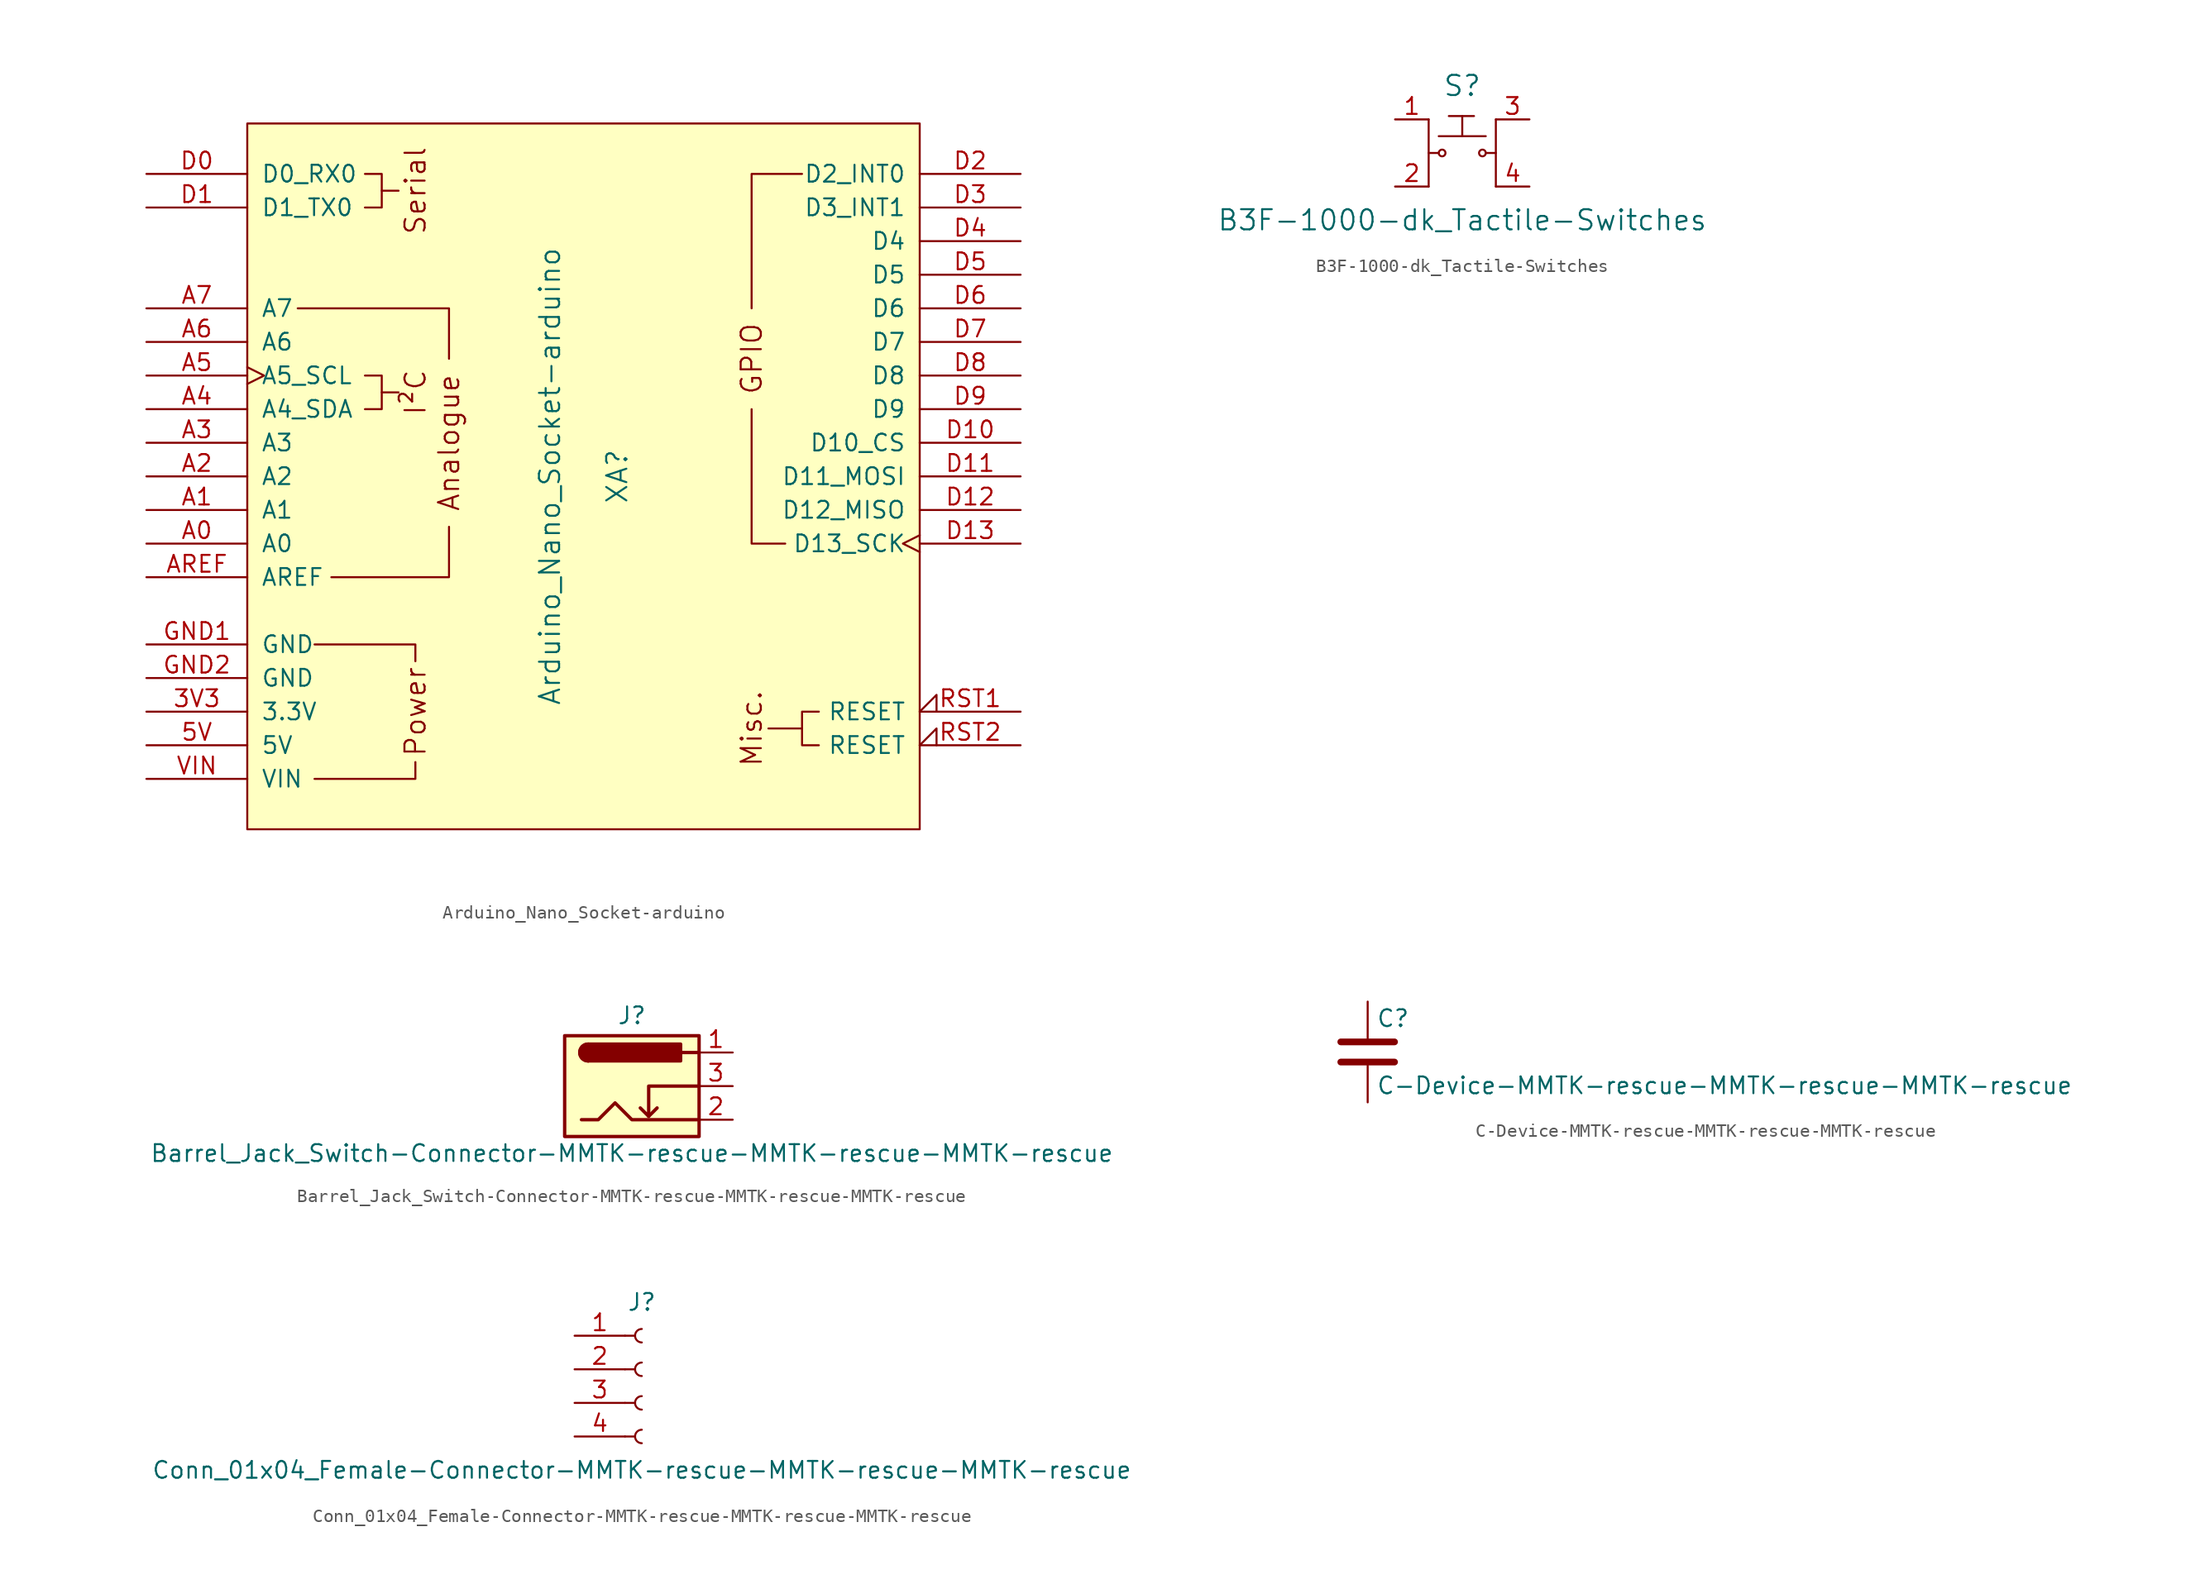
<source format=kicad_sym>
(kicad_symbol_lib
  (version 20211014)
  (generator kicad_symbol_editor)
  (symbol "Arduino_Nano_Socket-arduino"
    (pin_names
      (offset 1.016))
    (property "Reference" "XA"
      (at 2.54 0 90)
      (effects (font (size 1.524 1.524))))
    (property "Value" "Arduino_Nano_Socket-arduino"
      (at -2.54 0 90)
      (effects (font (size 1.524 1.524))))
    (symbol "Arduino_Nano_Socket-arduino_0_0"
      (rectangle (start -25.4 26.67) (end 25.4 -26.67) (stroke (width 0) (type default) (color 0 0 0 0)) (fill (type background)))
      (polyline (pts (xy -15.24 6.35) (xy -13.97 6.35)) (stroke (width 0) (type default) (color 0 0 0 0)) (fill (type none)))
      (polyline (pts (xy -15.24 21.59) (xy -13.97 21.59)) (stroke (width 0) (type default) (color 0 0 0 0)) (fill (type none)))
      (polyline (pts (xy 16.51 -19.05) (xy 13.97 -19.05)) (stroke (width 0) (type default) (color 0 0 0 0)) (fill (type none)))
      (polyline (pts (xy -20.32 -22.86) (xy -12.7 -22.86) (xy -12.7 -21.59)) (stroke (width 0) (type default) (color 0 0 0 0)) (fill (type none)))
      (polyline (pts (xy -12.7 -13.97) (xy -12.7 -12.7) (xy -20.32 -12.7)) (stroke (width 0) (type default) (color 0 0 0 0)) (fill (type none)))
      (polyline (pts (xy -16.51 7.62) (xy -15.24 7.62) (xy -15.24 5.08) (xy -16.51 5.08)) (stroke (width 0) (type default) (color 0 0 0 0)) (fill (type none)))
      (polyline (pts (xy -16.51 22.86) (xy -15.24 22.86) (xy -15.24 20.32) (xy -16.51 20.32)) (stroke (width 0) (type default) (color 0 0 0 0)) (fill (type none)))
      (text "Analogue" (at -10.16 2.54 900) (effects (font (size 1.524 1.524))))
      (text "I²C" (at -12.7 6.35 900) (effects (font (size 1.524 1.524))))
      (text "Misc." (at 12.7 -19.05 900) (effects (font (size 1.524 1.524))))
      (text "Power" (at -12.7 -17.78 900) (effects (font (size 1.524 1.524))))
      (text "Serial" (at -12.7 21.59 900) (effects (font (size 1.524 1.524)))))
    (symbol "Arduino_Nano_Socket-arduino_0_1"
      (polyline (pts (xy -21.59 12.7) (xy -10.16 12.7) (xy -10.16 8.89)) (stroke (width 0) (type default) (color 0 0 0 0)) (fill (type none)))
      (polyline (pts (xy -19.05 -7.62) (xy -10.16 -7.62) (xy -10.16 -3.81)) (stroke (width 0) (type default) (color 0 0 0 0)) (fill (type none)))
      (polyline (pts (xy 15.24 -5.08) (xy 12.7 -5.08) (xy 12.7 5.08)) (stroke (width 0) (type default) (color 0 0 0 0)) (fill (type none)))
      (polyline (pts (xy 16.51 22.86) (xy 12.7 22.86) (xy 12.7 12.7)) (stroke (width 0) (type default) (color 0 0 0 0)) (fill (type none)))
      (polyline (pts (xy 17.78 -17.78) (xy 16.51 -17.78) (xy 16.51 -20.32) (xy 17.78 -20.32)) (stroke (width 0) (type default) (color 0 0 0 0)) (fill (type none))))
    (symbol "Arduino_Nano_Socket-arduino_1_0"
      (text "GPIO" (at 12.7 8.89 900) (effects (font (size 1.524 1.524)))))
    (symbol "Arduino_Nano_Socket-arduino_1_1"
      (pin power_in line (at -33.02 -17.78 0) (length 7.62) (name "3.3V" (effects (font (size 1.27 1.27)))) (number "3V3" (effects (font (size 1.27 1.27)))))
      (pin power_in line (at -33.02 -20.32 0) (length 7.62) (name "5V" (effects (font (size 1.27 1.27)))) (number "5V" (effects (font (size 1.27 1.27)))))
      (pin bidirectional line (at -33.02 -5.08 0) (length 7.62) (name "A0" (effects (font (size 1.27 1.27)))) (number "A0" (effects (font (size 1.27 1.27)))))
      (pin bidirectional line (at -33.02 -2.54 0) (length 7.62) (name "A1" (effects (font (size 1.27 1.27)))) (number "A1" (effects (font (size 1.27 1.27)))))
      (pin bidirectional line (at -33.02 0 0) (length 7.62) (name "A2" (effects (font (size 1.27 1.27)))) (number "A2" (effects (font (size 1.27 1.27)))))
      (pin bidirectional line (at -33.02 2.54 0) (length 7.62) (name "A3" (effects (font (size 1.27 1.27)))) (number "A3" (effects (font (size 1.27 1.27)))))
      (pin bidirectional line (at -33.02 5.08 0) (length 7.62) (name "A4_SDA" (effects (font (size 1.27 1.27)))) (number "A4" (effects (font (size 1.27 1.27)))))
      (pin bidirectional clock (at -33.02 7.62 0) (length 7.62) (name "A5_SCL" (effects (font (size 1.27 1.27)))) (number "A5" (effects (font (size 1.27 1.27)))))
      (pin input line (at -33.02 10.16 0) (length 7.62) (name "A6" (effects (font (size 1.27 1.27)))) (number "A6" (effects (font (size 1.27 1.27)))))
      (pin input line (at -33.02 12.7 0) (length 7.62) (name "A7" (effects (font (size 1.27 1.27)))) (number "A7" (effects (font (size 1.27 1.27)))))
      (pin input line (at -33.02 -7.62 0) (length 7.62) (name "AREF" (effects (font (size 1.27 1.27)))) (number "AREF" (effects (font (size 1.27 1.27)))))
      (pin bidirectional line (at -33.02 22.86 0) (length 7.62) (name "D0_RX0" (effects (font (size 1.27 1.27)))) (number "D0" (effects (font (size 1.27 1.27)))))
      (pin bidirectional line (at -33.02 20.32 0) (length 7.62) (name "D1_TX0" (effects (font (size 1.27 1.27)))) (number "D1" (effects (font (size 1.27 1.27)))))
      (pin bidirectional line (at 33.02 2.54 180) (length 7.62) (name "D10_CS" (effects (font (size 1.27 1.27)))) (number "D10" (effects (font (size 1.27 1.27)))))
      (pin bidirectional line (at 33.02 0 180) (length 7.62) (name "D11_MOSI" (effects (font (size 1.27 1.27)))) (number "D11" (effects (font (size 1.27 1.27)))))
      (pin bidirectional line (at 33.02 -2.54 180) (length 7.62) (name "D12_MISO" (effects (font (size 1.27 1.27)))) (number "D12" (effects (font (size 1.27 1.27)))))
      (pin bidirectional clock (at 33.02 -5.08 180) (length 7.62) (name "D13_SCK" (effects (font (size 1.27 1.27)))) (number "D13" (effects (font (size 1.27 1.27)))))
      (pin bidirectional line (at 33.02 22.86 180) (length 7.62) (name "D2_INT0" (effects (font (size 1.27 1.27)))) (number "D2" (effects (font (size 1.27 1.27)))))
      (pin bidirectional line (at 33.02 20.32 180) (length 7.62) (name "D3_INT1" (effects (font (size 1.27 1.27)))) (number "D3" (effects (font (size 1.27 1.27)))))
      (pin bidirectional line (at 33.02 17.78 180) (length 7.62) (name "D4" (effects (font (size 1.27 1.27)))) (number "D4" (effects (font (size 1.27 1.27)))))
      (pin bidirectional line (at 33.02 15.24 180) (length 7.62) (name "D5" (effects (font (size 1.27 1.27)))) (number "D5" (effects (font (size 1.27 1.27)))))
      (pin bidirectional line (at 33.02 12.7 180) (length 7.62) (name "D6" (effects (font (size 1.27 1.27)))) (number "D6" (effects (font (size 1.27 1.27)))))
      (pin bidirectional line (at 33.02 10.16 180) (length 7.62) (name "D7" (effects (font (size 1.27 1.27)))) (number "D7" (effects (font (size 1.27 1.27)))))
      (pin bidirectional line (at 33.02 7.62 180) (length 7.62) (name "D8" (effects (font (size 1.27 1.27)))) (number "D8" (effects (font (size 1.27 1.27)))))
      (pin bidirectional line (at 33.02 5.08 180) (length 7.62) (name "D9" (effects (font (size 1.27 1.27)))) (number "D9" (effects (font (size 1.27 1.27)))))
      (pin power_in line (at -33.02 -12.7 0) (length 7.62) (name "GND" (effects (font (size 1.27 1.27)))) (number "GND1" (effects (font (size 1.27 1.27)))))
      (pin power_in line (at -33.02 -15.24 0) (length 7.62) (name "GND" (effects (font (size 1.27 1.27)))) (number "GND2" (effects (font (size 1.27 1.27)))))
      (pin open_collector input_low (at 33.02 -17.78 180) (length 7.62) (name "RESET" (effects (font (size 1.27 1.27)))) (number "RST1" (effects (font (size 1.27 1.27)))))
      (pin open_collector input_low (at 33.02 -20.32 180) (length 7.62) (name "RESET" (effects (font (size 1.27 1.27)))) (number "RST2" (effects (font (size 1.27 1.27)))))
      (pin power_in line (at -33.02 -22.86 0) (length 7.62) (name "VIN" (effects (font (size 1.27 1.27)))) (number "VIN" (effects (font (size 1.27 1.27)))))))
  (symbol "B3F-1000-dk_Tactile-Switches"
    (pin_names
      (offset 1.016))
    (property "Reference" "S"
      (at 0 5.08 0)
      (effects (font (size 1.524 1.524))))
    (property "Value" "B3F-1000-dk_Tactile-Switches"
      (at 0 -5.08 0)
      (effects (font (size 1.524 1.524))))
    (symbol "B3F-1000-dk_Tactile-Switches_0_1"
      (circle (center -1.524 0) (radius 0.254) (stroke (width 0) (type default) (color 0 0 0 0)) (fill (type none)))
      (polyline (pts (xy -2.54 2.54) (xy -2.54 -2.54)) (stroke (width 0) (type default) (color 0 0 0 0)) (fill (type none)))
      (polyline (pts (xy -1.778 0) (xy -2.54 0)) (stroke (width 0) (type default) (color 0 0 0 0)) (fill (type none)))
      (polyline (pts (xy -1.778 1.27) (xy 1.778 1.27)) (stroke (width 0) (type default) (color 0 0 0 0)) (fill (type none)))
      (polyline (pts (xy 2.54 -2.54) (xy 2.54 2.54)) (stroke (width 0) (type default) (color 0 0 0 0)) (fill (type none)))
      (polyline (pts (xy 2.54 0) (xy 1.778 0)) (stroke (width 0) (type default) (color 0 0 0 0)) (fill (type none)))
      (circle (center 1.524 0) (radius 0.254) (stroke (width 0) (type default) (color 0 0 0 0)) (fill (type none))))
    (symbol "B3F-1000-dk_Tactile-Switches_1_1"
      (polyline (pts (xy -1.016 2.794) (xy 0.889 2.794)) (stroke (width 0) (type default) (color 0 0 0 0)) (fill (type none)))
      (polyline (pts (xy 0 2.794) (xy 0 1.27)) (stroke (width 0) (type default) (color 0 0 0 0)) (fill (type none)))
      (pin passive line (at -5.08 2.54 0) (length 2.54) (name "~" (effects (font (size 1.27 1.27)))) (number "1" (effects (font (size 1.27 1.27)))))
      (pin passive line (at -5.08 -2.54 0) (length 2.54) (name "~" (effects (font (size 1.27 1.27)))) (number "2" (effects (font (size 1.27 1.27)))))
      (pin passive line (at 5.08 2.54 180) (length 2.54) (name "~" (effects (font (size 1.27 1.27)))) (number "3" (effects (font (size 1.27 1.27)))))
      (pin passive line (at 5.08 -2.54 180) (length 2.54) (name "~" (effects (font (size 1.27 1.27)))) (number "4" (effects (font (size 1.27 1.27)))))))
  (symbol "Barrel_Jack_Switch-Connector-MMTK-rescue-MMTK-rescue-MMTK-rescue"
    (pin_names hide)
    (property "Reference" "J"
      (at 0 5.334 0)
      (effects (font (size 1.27 1.27))))
    (property "Value" "Barrel_Jack_Switch-Connector-MMTK-rescue-MMTK-rescue-MMTK-rescue"
      (at 0 -5.08 0)
      (effects (font (size 1.27 1.27))))
    (symbol "Barrel_Jack_Switch-Connector-MMTK-rescue-MMTK-rescue-MMTK-rescue_0_1"
      (rectangle (start -5.08 3.81) (end 5.08 -3.81) (stroke (width 0.254) (type default) (color 0 0 0 0)) (fill (type background)))
      (arc (start -3.302 3.175) (mid -3.937 2.54) (end -3.302 1.905) (stroke (width 0.254) (type default) (color 0 0 0 0)) (fill (type none)))
      (arc (start -3.302 3.175) (mid -3.937 2.54) (end -3.302 1.905) (stroke (width 0.254) (type default) (color 0 0 0 0)) (fill (type outline)))
      (polyline (pts (xy 1.27 -2.286) (xy 1.905 -1.651)) (stroke (width 0.254) (type default) (color 0 0 0 0)) (fill (type none)))
      (polyline (pts (xy 5.08 2.54) (xy 3.81 2.54)) (stroke (width 0.254) (type default) (color 0 0 0 0)) (fill (type none)))
      (polyline (pts (xy 5.08 0) (xy 1.27 0) (xy 1.27 -2.286) (xy 0.635 -1.651)) (stroke (width 0.254) (type default) (color 0 0 0 0)) (fill (type none)))
      (polyline (pts (xy -3.81 -2.54) (xy -2.54 -2.54) (xy -1.27 -1.27) (xy 0 -2.54) (xy 2.54 -2.54) (xy 5.08 -2.54)) (stroke (width 0.254) (type default) (color 0 0 0 0)) (fill (type none)))
      (rectangle (start 3.683 3.175) (end -3.302 1.905) (stroke (width 0.254) (type default) (color 0 0 0 0)) (fill (type outline))))
    (symbol "Barrel_Jack_Switch-Connector-MMTK-rescue-MMTK-rescue-MMTK-rescue_1_1"
      (pin passive line (at 7.62 2.54 180) (length 2.54) (name "~" (effects (font (size 1.27 1.27)))) (number "1" (effects (font (size 1.27 1.27)))))
      (pin passive line (at 7.62 -2.54 180) (length 2.54) (name "~" (effects (font (size 1.27 1.27)))) (number "2" (effects (font (size 1.27 1.27)))))
      (pin passive line (at 7.62 0 180) (length 2.54) (name "~" (effects (font (size 1.27 1.27)))) (number "3" (effects (font (size 1.27 1.27)))))))
  (symbol "C-Device-MMTK-rescue-MMTK-rescue-MMTK-rescue"
    (pin_numbers hide)
    (pin_names
      (offset 0.254))
    (property "Reference" "C"
      (at 0.635 2.54 0)
      (effects (font (size 1.27 1.27)) (justify left)))
    (property "Value" "C-Device-MMTK-rescue-MMTK-rescue-MMTK-rescue"
      (at 0.635 -2.54 0)
      (effects (font (size 1.27 1.27)) (justify left)))
    (symbol "C-Device-MMTK-rescue-MMTK-rescue-MMTK-rescue_0_1"
      (polyline (pts (xy -2.032 -0.762) (xy 2.032 -0.762)) (stroke (width 0.508) (type default) (color 0 0 0 0)) (fill (type none)))
      (polyline (pts (xy -2.032 0.762) (xy 2.032 0.762)) (stroke (width 0.508) (type default) (color 0 0 0 0)) (fill (type none))))
    (symbol "C-Device-MMTK-rescue-MMTK-rescue-MMTK-rescue_1_1"
      (pin passive line (at 0 3.81 270) (length 2.794) (name "~" (effects (font (size 1.27 1.27)))) (number "1" (effects (font (size 1.27 1.27)))))
      (pin passive line (at 0 -3.81 90) (length 2.794) (name "~" (effects (font (size 1.27 1.27)))) (number "2" (effects (font (size 1.27 1.27)))))))
  (symbol "Conn_01x04_Female-Connector-MMTK-rescue-MMTK-rescue-MMTK-rescue"
    (pin_names
      (offset 1.016) hide)
    (property "Reference" "J"
      (at 0 5.08 0)
      (effects (font (size 1.27 1.27))))
    (property "Value" "Conn_01x04_Female-Connector-MMTK-rescue-MMTK-rescue-MMTK-rescue"
      (at 0 -7.62 0)
      (effects (font (size 1.27 1.27))))
    (symbol "Conn_01x04_Female-Connector-MMTK-rescue-MMTK-rescue-MMTK-rescue_1_1"
      (arc (start 0 -4.572) (mid -0.508 -5.08) (end 0 -5.588) (stroke (width 0.1524) (type default) (color 0 0 0 0)) (fill (type none)))
      (arc (start 0 -2.032) (mid -0.508 -2.54) (end 0 -3.048) (stroke (width 0.1524) (type default) (color 0 0 0 0)) (fill (type none)))
      (polyline (pts (xy -1.27 -5.08) (xy -0.508 -5.08)) (stroke (width 0.152) (type default) (color 0 0 0 0)) (fill (type none)))
      (polyline (pts (xy -1.27 -2.54) (xy -0.508 -2.54)) (stroke (width 0.152) (type default) (color 0 0 0 0)) (fill (type none)))
      (polyline (pts (xy -1.27 0) (xy -0.508 0)) (stroke (width 0.152) (type default) (color 0 0 0 0)) (fill (type none)))
      (polyline (pts (xy -1.27 2.54) (xy -0.508 2.54)) (stroke (width 0.152) (type default) (color 0 0 0 0)) (fill (type none)))
      (arc (start 0 0.508) (mid -0.508 0) (end 0 -0.508) (stroke (width 0.1524) (type default) (color 0 0 0 0)) (fill (type none)))
      (arc (start 0 3.048) (mid -0.508 2.54) (end 0 2.032) (stroke (width 0.1524) (type default) (color 0 0 0 0)) (fill (type none)))
      (pin passive line (at -5.08 2.54 0) (length 3.81) (name "Pin_1" (effects (font (size 1.27 1.27)))) (number "1" (effects (font (size 1.27 1.27)))))
      (pin passive line (at -5.08 0 0) (length 3.81) (name "Pin_2" (effects (font (size 1.27 1.27)))) (number "2" (effects (font (size 1.27 1.27)))))
      (pin passive line (at -5.08 -2.54 0) (length 3.81) (name "Pin_3" (effects (font (size 1.27 1.27)))) (number "3" (effects (font (size 1.27 1.27)))))
      (pin passive line (at -5.08 -5.08 0) (length 3.81) (name "Pin_4" (effects (font (size 1.27 1.27)))) (number "4" (effects (font (size 1.27 1.27))))))))
</source>
